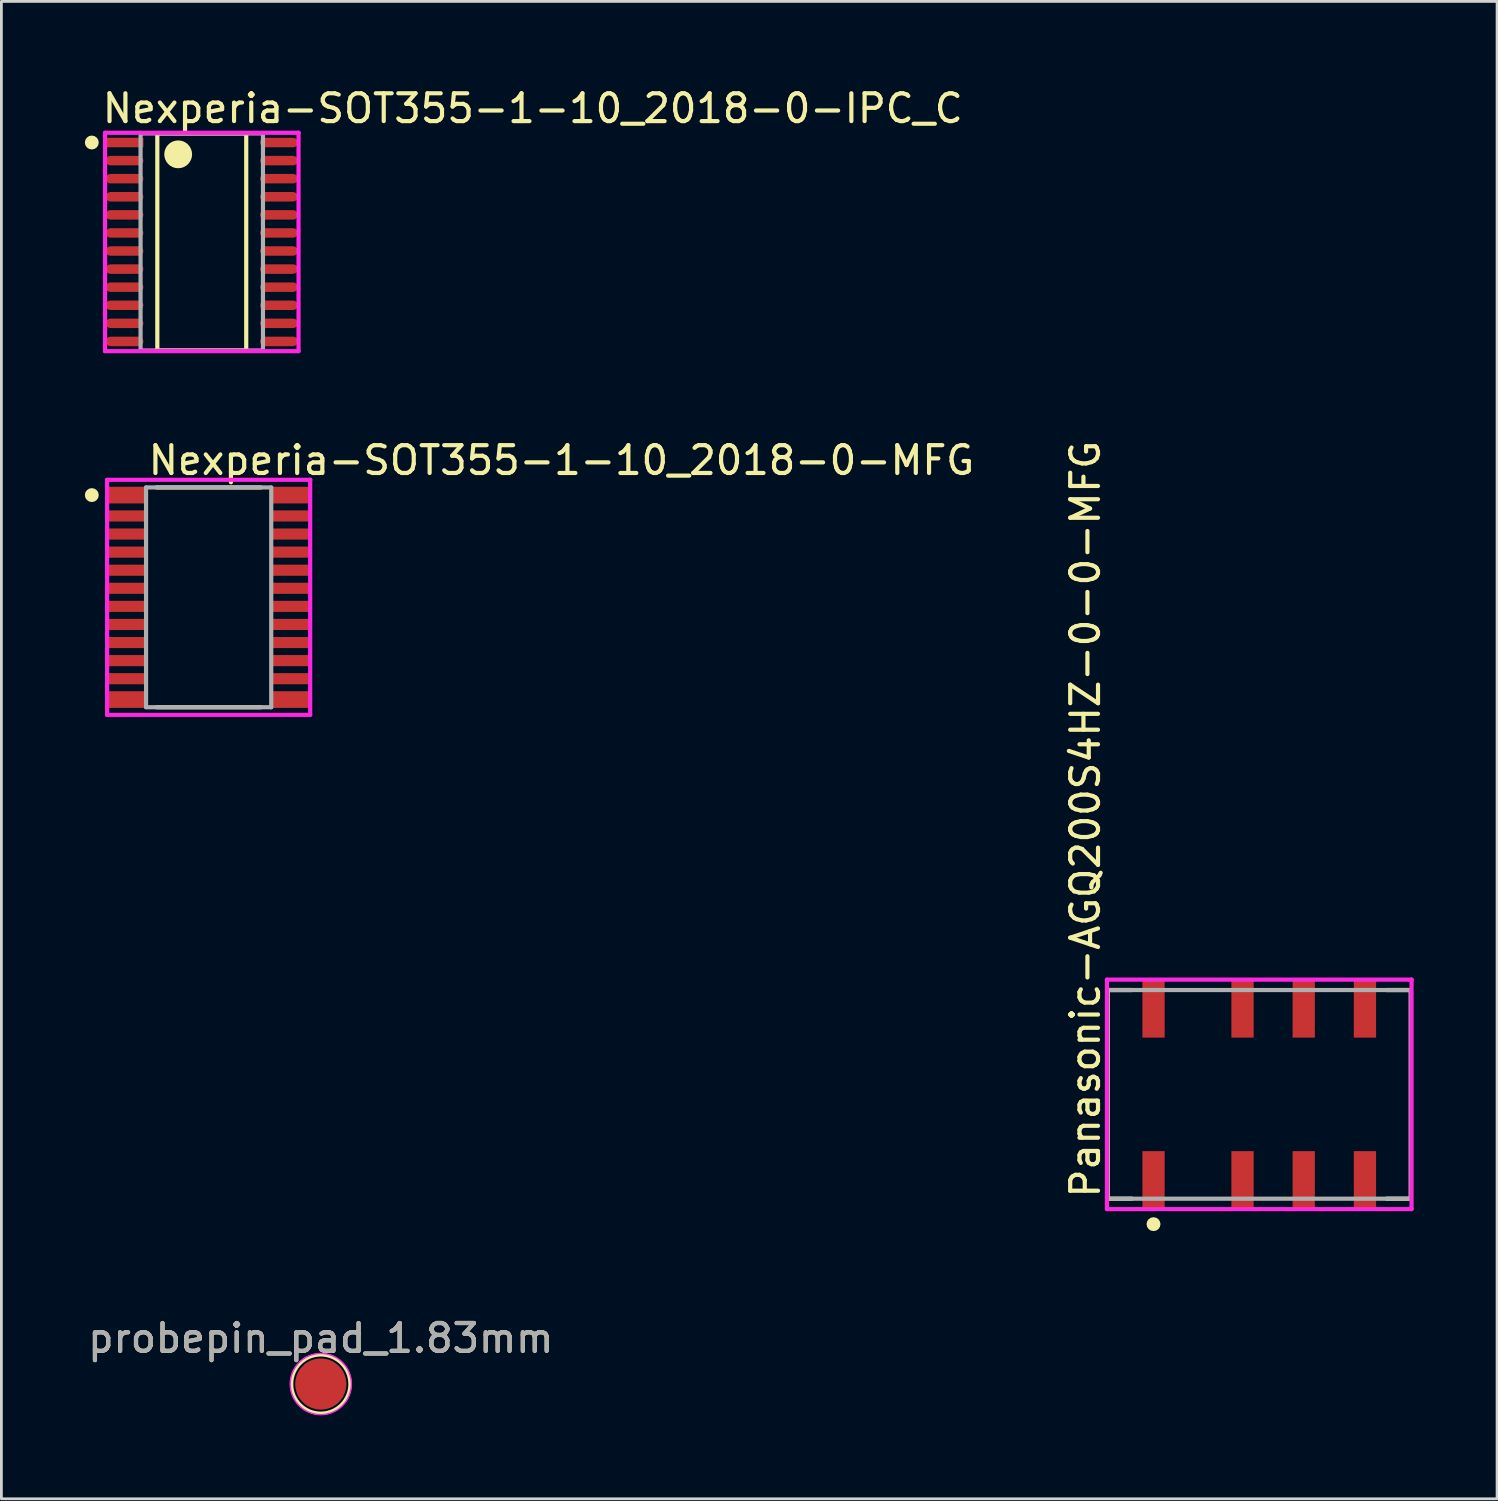
<source format=kicad_pcb>
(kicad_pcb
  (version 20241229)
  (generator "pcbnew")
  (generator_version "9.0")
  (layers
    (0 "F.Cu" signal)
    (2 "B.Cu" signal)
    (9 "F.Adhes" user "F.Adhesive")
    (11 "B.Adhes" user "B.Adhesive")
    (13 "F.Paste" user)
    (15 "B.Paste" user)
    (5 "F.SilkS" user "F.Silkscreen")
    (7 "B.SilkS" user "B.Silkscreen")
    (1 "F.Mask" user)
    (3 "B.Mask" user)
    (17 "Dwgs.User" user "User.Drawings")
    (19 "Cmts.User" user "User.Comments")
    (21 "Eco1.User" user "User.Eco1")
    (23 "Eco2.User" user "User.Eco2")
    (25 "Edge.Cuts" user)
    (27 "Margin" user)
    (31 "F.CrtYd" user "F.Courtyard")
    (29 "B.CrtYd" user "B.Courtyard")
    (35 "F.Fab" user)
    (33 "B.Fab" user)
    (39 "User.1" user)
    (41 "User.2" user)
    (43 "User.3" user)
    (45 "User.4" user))
  (footprint "probepin_pad_1.83mm"
    (layer "F.Cu")
    (at 8.482 46.702)
    (property "Reference" "probepin_pad_1.83mm" (at 0 -1.648 0) (layer "F.SilkS") (effects (font (size 1 1) (thickness 0.15))))
    (attr exclude_from_pos_files)
    (fp_circle (center 0 0) (end 1.05 0) (stroke (width 0.12) (type solid)) (fill no) (layer "F.SilkS"))
    (fp_circle (center 0 0) (end 1.1 0) (stroke (width 0.05) (type solid)) (fill no) (layer "F.CrtYd"))
    (fp_text user "${REFERENCE}" (at 0 -1.65 0) (layer "F.Fab") (effects (font (size 1 1) (thickness 0.15))))
    (pad "1" smd circle (at 0 0) (size 1.837 1.837) (layers "F.Cu" "F.Mask")))
  (footprint "Nexperia-SOT355-1-10_2018-0-IPC_C"
    (layer "F.Cu")
    (at 4.203 5.648)
    (property "Reference" "Nexperia-SOT355-1-10_2018-0-IPC_C" (at -3.653 -4.8 0) (layer "F.SilkS") (effects (font (size 1 1) (thickness 0.15)) (justify left)))
    (attr through_hole)
    (fp_line (start -1.598 -3.9) (end 1.598 -3.9) (stroke (width 0.15) (type solid)) (layer "F.SilkS"))
    (fp_line (start -1.598 3.9) (end -1.598 -3.9) (stroke (width 0.15) (type solid)) (layer "F.SilkS"))
    (fp_line (start 1.598 -3.9) (end 1.598 3.9) (stroke (width 0.15) (type solid)) (layer "F.SilkS"))
    (fp_line (start 1.598 3.9) (end -1.598 3.9) (stroke (width 0.15) (type solid)) (layer "F.SilkS"))
    (fp_circle (center -3.953 -3.575) (end -3.828 -3.575) (stroke (width 0.25) (type solid)) (fill no) (layer "F.SilkS"))
    (fp_circle (center -0.848 -3.15) (end -0.598 -3.15) (stroke (width 0.5) (type solid)) (fill no) (layer "F.SilkS"))
    (fp_line (start -3.478 -3.925) (end -3.478 3.925) (stroke (width 0.15) (type solid)) (layer "F.CrtYd"))
    (fp_line (start -3.478 3.925) (end 3.478 3.925) (stroke (width 0.15) (type solid)) (layer "F.CrtYd"))
    (fp_line (start 3.478 -3.925) (end -3.478 -3.925) (stroke (width 0.15) (type solid)) (layer "F.CrtYd"))
    (fp_line (start 3.478 -3.925) (end 3.478 -3.925) (stroke (width 0.15) (type solid)) (layer "F.CrtYd"))
    (fp_line (start 3.478 3.925) (end 3.478 -3.925) (stroke (width 0.15) (type solid)) (layer "F.CrtYd"))
    (fp_line (start -2.2 -3.9) (end 2.2 -3.9) (stroke (width 0.15) (type solid)) (layer "F.Fab"))
    (fp_line (start -2.2 3.9) (end -2.2 -3.9) (stroke (width 0.15) (type solid)) (layer "F.Fab"))
    (fp_line (start 2.2 -3.9) (end 2.2 3.9) (stroke (width 0.15) (type solid)) (layer "F.Fab"))
    (fp_line (start 2.2 3.9) (end -2.2 3.9) (stroke (width 0.15) (type solid)) (layer "F.Fab"))
    (pad "1" smd rect (at -2.775 -3.575) (size 1.355 0.341) (layers "F.Cu" "F.Mask" "F.Paste"))
    (pad "2" smd roundrect (at -2.775 -2.925) (size 1.355 0.341) (layers "F.Cu" "F.Mask" "F.Paste") (roundrect_rratio 0.5))
    (pad "3" smd roundrect (at -2.775 -2.275) (size 1.355 0.341) (layers "F.Cu" "F.Mask" "F.Paste") (roundrect_rratio 0.5))
    (pad "4" smd roundrect (at -2.775 -1.625) (size 1.355 0.341) (layers "F.Cu" "F.Mask" "F.Paste") (roundrect_rratio 0.5))
    (pad "5" smd roundrect (at -2.775 -0.975) (size 1.355 0.341) (layers "F.Cu" "F.Mask" "F.Paste") (roundrect_rratio 0.5))
    (pad "6" smd roundrect (at -2.775 -0.325) (size 1.355 0.341) (layers "F.Cu" "F.Mask" "F.Paste") (roundrect_rratio 0.5))
    (pad "7" smd roundrect (at -2.775 0.325) (size 1.355 0.341) (layers "F.Cu" "F.Mask" "F.Paste") (roundrect_rratio 0.5))
    (pad "8" smd roundrect (at -2.775 0.975) (size 1.355 0.341) (layers "F.Cu" "F.Mask" "F.Paste") (roundrect_rratio 0.5))
    (pad "9" smd roundrect (at -2.775 1.625) (size 1.355 0.341) (layers "F.Cu" "F.Mask" "F.Paste") (roundrect_rratio 0.5))
    (pad "10" smd roundrect (at -2.775 2.275) (size 1.355 0.341) (layers "F.Cu" "F.Mask" "F.Paste") (roundrect_rratio 0.5))
    (pad "11" smd roundrect (at -2.775 2.925) (size 1.355 0.341) (layers "F.Cu" "F.Mask" "F.Paste") (roundrect_rratio 0.5))
    (pad "12" smd roundrect (at -2.775 3.575) (size 1.355 0.341) (layers "F.Cu" "F.Mask" "F.Paste") (roundrect_rratio 0.5))
    (pad "13" smd roundrect (at 2.775 3.575) (size 1.355 0.341) (layers "F.Cu" "F.Mask" "F.Paste") (roundrect_rratio 0.5))
    (pad "14" smd roundrect (at 2.775 2.925) (size 1.355 0.341) (layers "F.Cu" "F.Mask" "F.Paste") (roundrect_rratio 0.5))
    (pad "15" smd roundrect (at 2.775 2.275) (size 1.355 0.341) (layers "F.Cu" "F.Mask" "F.Paste") (roundrect_rratio 0.5))
    (pad "16" smd roundrect (at 2.775 1.625) (size 1.355 0.341) (layers "F.Cu" "F.Mask" "F.Paste") (roundrect_rratio 0.5))
    (pad "17" smd roundrect (at 2.775 0.975) (size 1.355 0.341) (layers "F.Cu" "F.Mask" "F.Paste") (roundrect_rratio 0.5))
    (pad "18" smd roundrect (at 2.775 0.325) (size 1.355 0.341) (layers "F.Cu" "F.Mask" "F.Paste") (roundrect_rratio 0.5))
    (pad "19" smd roundrect (at 2.775 -0.325) (size 1.355 0.341) (layers "F.Cu" "F.Mask" "F.Paste") (roundrect_rratio 0.5))
    (pad "20" smd roundrect (at 2.775 -0.975) (size 1.355 0.341) (layers "F.Cu" "F.Mask" "F.Paste") (roundrect_rratio 0.5))
    (pad "21" smd roundrect (at 2.775 -1.625) (size 1.355 0.341) (layers "F.Cu" "F.Mask" "F.Paste") (roundrect_rratio 0.5))
    (pad "22" smd roundrect (at 2.775 -2.275) (size 1.355 0.341) (layers "F.Cu" "F.Mask" "F.Paste") (roundrect_rratio 0.5))
    (pad "23" smd roundrect (at 2.775 -2.925) (size 1.355 0.341) (layers "F.Cu" "F.Mask" "F.Paste") (roundrect_rratio 0.5))
    (pad "24" smd roundrect (at 2.775 -3.575) (size 1.355 0.341) (layers "F.Cu" "F.Mask" "F.Paste") (roundrect_rratio 0.5)))
  (footprint "Panasonic-AGQ200S4HZ-0-0-MFG"
    (layer "F.Cu")
    (at 42.215 36.289)
    (property "Reference" "Panasonic-AGQ200S4HZ-0-0-MFG" (at -6.25 3.8 270) (layer "F.SilkS") (effects (font (size 1 1) (thickness 0.15)) (justify left)))
    (attr through_hole)
    (fp_line (start -5.45 -3.75) (end -4.575 -3.75) (stroke (width 0.15) (type solid)) (layer "F.SilkS"))
    (fp_line (start -5.45 3.75) (end -5.45 -3.75) (stroke (width 0.15) (type solid)) (layer "F.SilkS"))
    (fp_line (start -5.45 3.75) (end -4.575 3.75) (stroke (width 0.15) (type solid)) (layer "F.SilkS"))
    (fp_line (start 4.575 -3.75) (end 5.45 -3.75) (stroke (width 0.15) (type solid)) (layer "F.SilkS"))
    (fp_line (start 4.575 3.75) (end 5.45 3.75) (stroke (width 0.15) (type solid)) (layer "F.SilkS"))
    (fp_line (start 5.45 3.75) (end 5.45 -3.75) (stroke (width 0.15) (type solid)) (layer "F.SilkS"))
    (fp_circle (center -3.8 4.665) (end -3.675 4.665) (stroke (width 0.25) (type solid)) (fill no) (layer "F.SilkS"))
    (fp_line (start -5.475 -4.125) (end -5.475 4.125) (stroke (width 0.15) (type solid)) (layer "F.CrtYd"))
    (fp_line (start -5.475 4.125) (end 5.475 4.125) (stroke (width 0.15) (type solid)) (layer "F.CrtYd"))
    (fp_line (start 5.475 -4.125) (end -5.475 -4.125) (stroke (width 0.15) (type solid)) (layer "F.CrtYd"))
    (fp_line (start 5.475 -4.125) (end 5.475 -4.125) (stroke (width 0.15) (type solid)) (layer "F.CrtYd"))
    (fp_line (start 5.475 4.125) (end 5.475 -4.125) (stroke (width 0.15) (type solid)) (layer "F.CrtYd"))
    (fp_line (start -5.45 -3.75) (end 5.45 -3.75) (stroke (width 0.15) (type solid)) (layer "F.Fab"))
    (fp_line (start -5.45 3.75) (end -5.45 -3.75) (stroke (width 0.15) (type solid)) (layer "F.Fab"))
    (fp_line (start 5.45 -3.75) (end 5.45 3.75) (stroke (width 0.15) (type solid)) (layer "F.Fab"))
    (fp_line (start 5.45 3.75) (end -5.45 3.75) (stroke (width 0.15) (type solid)) (layer "F.Fab"))
    (pad "1" smd rect (at -3.8 3.07) (size 0.8 2.06) (layers "F.Cu" "F.Mask" "F.Paste"))
    (pad "2" smd rect (at -0.6 3.07) (size 0.8 2.06) (layers "F.Cu" "F.Mask" "F.Paste"))
    (pad "3" smd rect (at 1.6 3.07) (size 0.8 2.06) (layers "F.Cu" "F.Mask" "F.Paste"))
    (pad "4" smd rect (at 3.8 3.07) (size 0.8 2.06) (layers "F.Cu" "F.Mask" "F.Paste"))
    (pad "5" smd rect (at 3.8 -3.07) (size 0.8 2.06) (layers "F.Cu" "F.Mask" "F.Paste"))
    (pad "6" smd rect (at 1.6 -3.07) (size 0.8 2.06) (layers "F.Cu" "F.Mask" "F.Paste"))
    (pad "7" smd rect (at -0.6 -3.07) (size 0.8 2.06) (layers "F.Cu" "F.Mask" "F.Paste"))
    (pad "8" smd rect (at -3.8 -3.07) (size 0.8 2.06) (layers "F.Cu" "F.Mask" "F.Paste")))
  (footprint "Nexperia-SOT355-1-10_2018-0-MFG"
    (layer "F.Cu")
    (at 4.45 18.422)
    (property "Reference" "Nexperia-SOT355-1-10_2018-0-MFG" (at -2.25 -4.925 0) (layer "F.SilkS") (effects (font (size 1 1) (thickness 0.15)) (justify left)))
    (attr through_hole)
    (fp_line (start -1.875 -3.95) (end 1.875 -3.95) (stroke (width 0.15) (type solid)) (layer "F.SilkS"))
    (fp_line (start -1.875 3.95) (end 1.875 3.95) (stroke (width 0.15) (type solid)) (layer "F.SilkS"))
    (fp_circle (center -4.2 -3.675) (end -4.075 -3.675) (stroke (width 0.25) (type solid)) (fill no) (layer "F.SilkS"))
    (fp_line (start -3.65 -4.225) (end -3.65 4.225) (stroke (width 0.15) (type solid)) (layer "F.CrtYd"))
    (fp_line (start -3.65 4.225) (end 3.65 4.225) (stroke (width 0.15) (type solid)) (layer "F.CrtYd"))
    (fp_line (start 3.65 -4.225) (end -3.65 -4.225) (stroke (width 0.15) (type solid)) (layer "F.CrtYd"))
    (fp_line (start 3.65 -4.225) (end 3.65 -4.225) (stroke (width 0.15) (type solid)) (layer "F.CrtYd"))
    (fp_line (start 3.65 4.225) (end 3.65 -4.225) (stroke (width 0.15) (type solid)) (layer "F.CrtYd"))
    (fp_line (start -2.25 -3.95) (end 2.25 -3.95) (stroke (width 0.15) (type solid)) (layer "F.Fab"))
    (fp_line (start -2.25 3.95) (end -2.25 -3.95) (stroke (width 0.15) (type solid)) (layer "F.Fab"))
    (fp_line (start 2.25 -3.95) (end 2.25 3.95) (stroke (width 0.15) (type solid)) (layer "F.Fab"))
    (fp_line (start 2.25 3.95) (end -2.25 3.95) (stroke (width 0.15) (type solid)) (layer "F.Fab"))
    (pad "" smd rect (at -2.925 -3.675) (size 1.25 0.5) (layers "F.Paste"))
    (pad "" smd rect (at -2.925 -2.925) (size 1.25 0.3) (layers "F.Paste"))
    (pad "" smd rect (at -2.925 -2.275) (size 1.25 0.3) (layers "F.Paste"))
    (pad "" smd rect (at -2.925 -1.625) (size 1.25 0.3) (layers "F.Paste"))
    (pad "" smd rect (at -2.925 -0.975) (size 1.25 0.3) (layers "F.Paste"))
    (pad "" smd rect (at -2.925 -0.325) (size 1.25 0.3) (layers "F.Paste"))
    (pad "" smd rect (at -2.925 0.325) (size 1.25 0.3) (layers "F.Paste"))
    (pad "" smd rect (at -2.925 0.975) (size 1.25 0.3) (layers "F.Paste"))
    (pad "" smd rect (at -2.925 1.625) (size 1.25 0.3) (layers "F.Paste"))
    (pad "" smd rect (at -2.925 2.275) (size 1.25 0.3) (layers "F.Paste"))
    (pad "" smd rect (at -2.925 2.925) (size 1.25 0.3) (layers "F.Paste"))
    (pad "" smd rect (at -2.925 3.675) (size 1.25 0.5) (layers "F.Paste"))
    (pad "" smd rect (at 2.925 -3.675) (size 1.25 0.5) (layers "F.Paste"))
    (pad "" smd rect (at 2.925 -2.925) (size 1.25 0.3) (layers "F.Paste"))
    (pad "" smd rect (at 2.925 -2.275) (size 1.25 0.3) (layers "F.Paste"))
    (pad "" smd rect (at 2.925 -1.625) (size 1.25 0.3) (layers "F.Paste"))
    (pad "" smd rect (at 2.925 -0.975) (size 1.25 0.3) (layers "F.Paste"))
    (pad "" smd rect (at 2.925 -0.325) (size 1.25 0.3) (layers "F.Paste"))
    (pad "" smd rect (at 2.925 0.325) (size 1.25 0.3) (layers "F.Paste"))
    (pad "" smd rect (at 2.925 0.975) (size 1.25 0.3) (layers "F.Paste"))
    (pad "" smd rect (at 2.925 1.625) (size 1.25 0.3) (layers "F.Paste"))
    (pad "" smd rect (at 2.925 2.275) (size 1.25 0.3) (layers "F.Paste"))
    (pad "" smd rect (at 2.925 2.925) (size 1.25 0.3) (layers "F.Paste"))
    (pad "" smd rect (at 2.925 3.675) (size 1.25 0.5) (layers "F.Paste"))
    (pad "1" smd rect (at -2.925 -3.675) (size 1.35 0.6) (layers "F.Cu" "F.Mask"))
    (pad "2" smd rect (at -2.925 -2.925) (size 1.35 0.4) (layers "F.Cu" "F.Mask"))
    (pad "3" smd rect (at -2.925 -2.275) (size 1.35 0.4) (layers "F.Cu" "F.Mask"))
    (pad "4" smd rect (at -2.925 -1.625) (size 1.35 0.4) (layers "F.Cu" "F.Mask"))
    (pad "5" smd rect (at -2.925 -0.975) (size 1.35 0.4) (layers "F.Cu" "F.Mask"))
    (pad "6" smd rect (at -2.925 -0.325) (size 1.35 0.4) (layers "F.Cu" "F.Mask"))
    (pad "7" smd rect (at -2.925 0.325) (size 1.35 0.4) (layers "F.Cu" "F.Mask"))
    (pad "8" smd rect (at -2.925 0.975) (size 1.35 0.4) (layers "F.Cu" "F.Mask"))
    (pad "9" smd rect (at -2.925 1.625) (size 1.35 0.4) (layers "F.Cu" "F.Mask"))
    (pad "10" smd rect (at -2.925 2.275) (size 1.35 0.4) (layers "F.Cu" "F.Mask"))
    (pad "11" smd rect (at -2.925 2.925) (size 1.35 0.4) (layers "F.Cu" "F.Mask"))
    (pad "12" smd rect (at -2.925 3.675) (size 1.35 0.6) (layers "F.Cu" "F.Mask"))
    (pad "13" smd rect (at 2.925 3.675) (size 1.35 0.6) (layers "F.Cu" "F.Mask"))
    (pad "14" smd rect (at 2.925 2.925) (size 1.35 0.4) (layers "F.Cu" "F.Mask"))
    (pad "15" smd rect (at 2.925 2.275) (size 1.35 0.4) (layers "F.Cu" "F.Mask"))
    (pad "16" smd rect (at 2.925 1.625) (size 1.35 0.4) (layers "F.Cu" "F.Mask"))
    (pad "17" smd rect (at 2.925 0.975) (size 1.35 0.4) (layers "F.Cu" "F.Mask"))
    (pad "18" smd rect (at 2.925 0.325) (size 1.35 0.4) (layers "F.Cu" "F.Mask"))
    (pad "19" smd rect (at 2.925 -0.325) (size 1.35 0.4) (layers "F.Cu" "F.Mask"))
    (pad "20" smd rect (at 2.925 -0.975) (size 1.35 0.4) (layers "F.Cu" "F.Mask"))
    (pad "21" smd rect (at 2.925 -1.625) (size 1.35 0.4) (layers "F.Cu" "F.Mask"))
    (pad "22" smd rect (at 2.925 -2.275) (size 1.35 0.4) (layers "F.Cu" "F.Mask"))
    (pad "23" smd rect (at 2.925 -2.925) (size 1.35 0.4) (layers "F.Cu" "F.Mask"))
    (pad "24" smd rect (at 2.925 -3.675) (size 1.35 0.6) (layers "F.Cu" "F.Mask")))
  (gr_rect
    (start -3 -3)
    (end 50.765 50.827)
    (stroke (width 0.1) (type default))
    (fill no)
    (layer "Edge.Cuts")))
</source>
